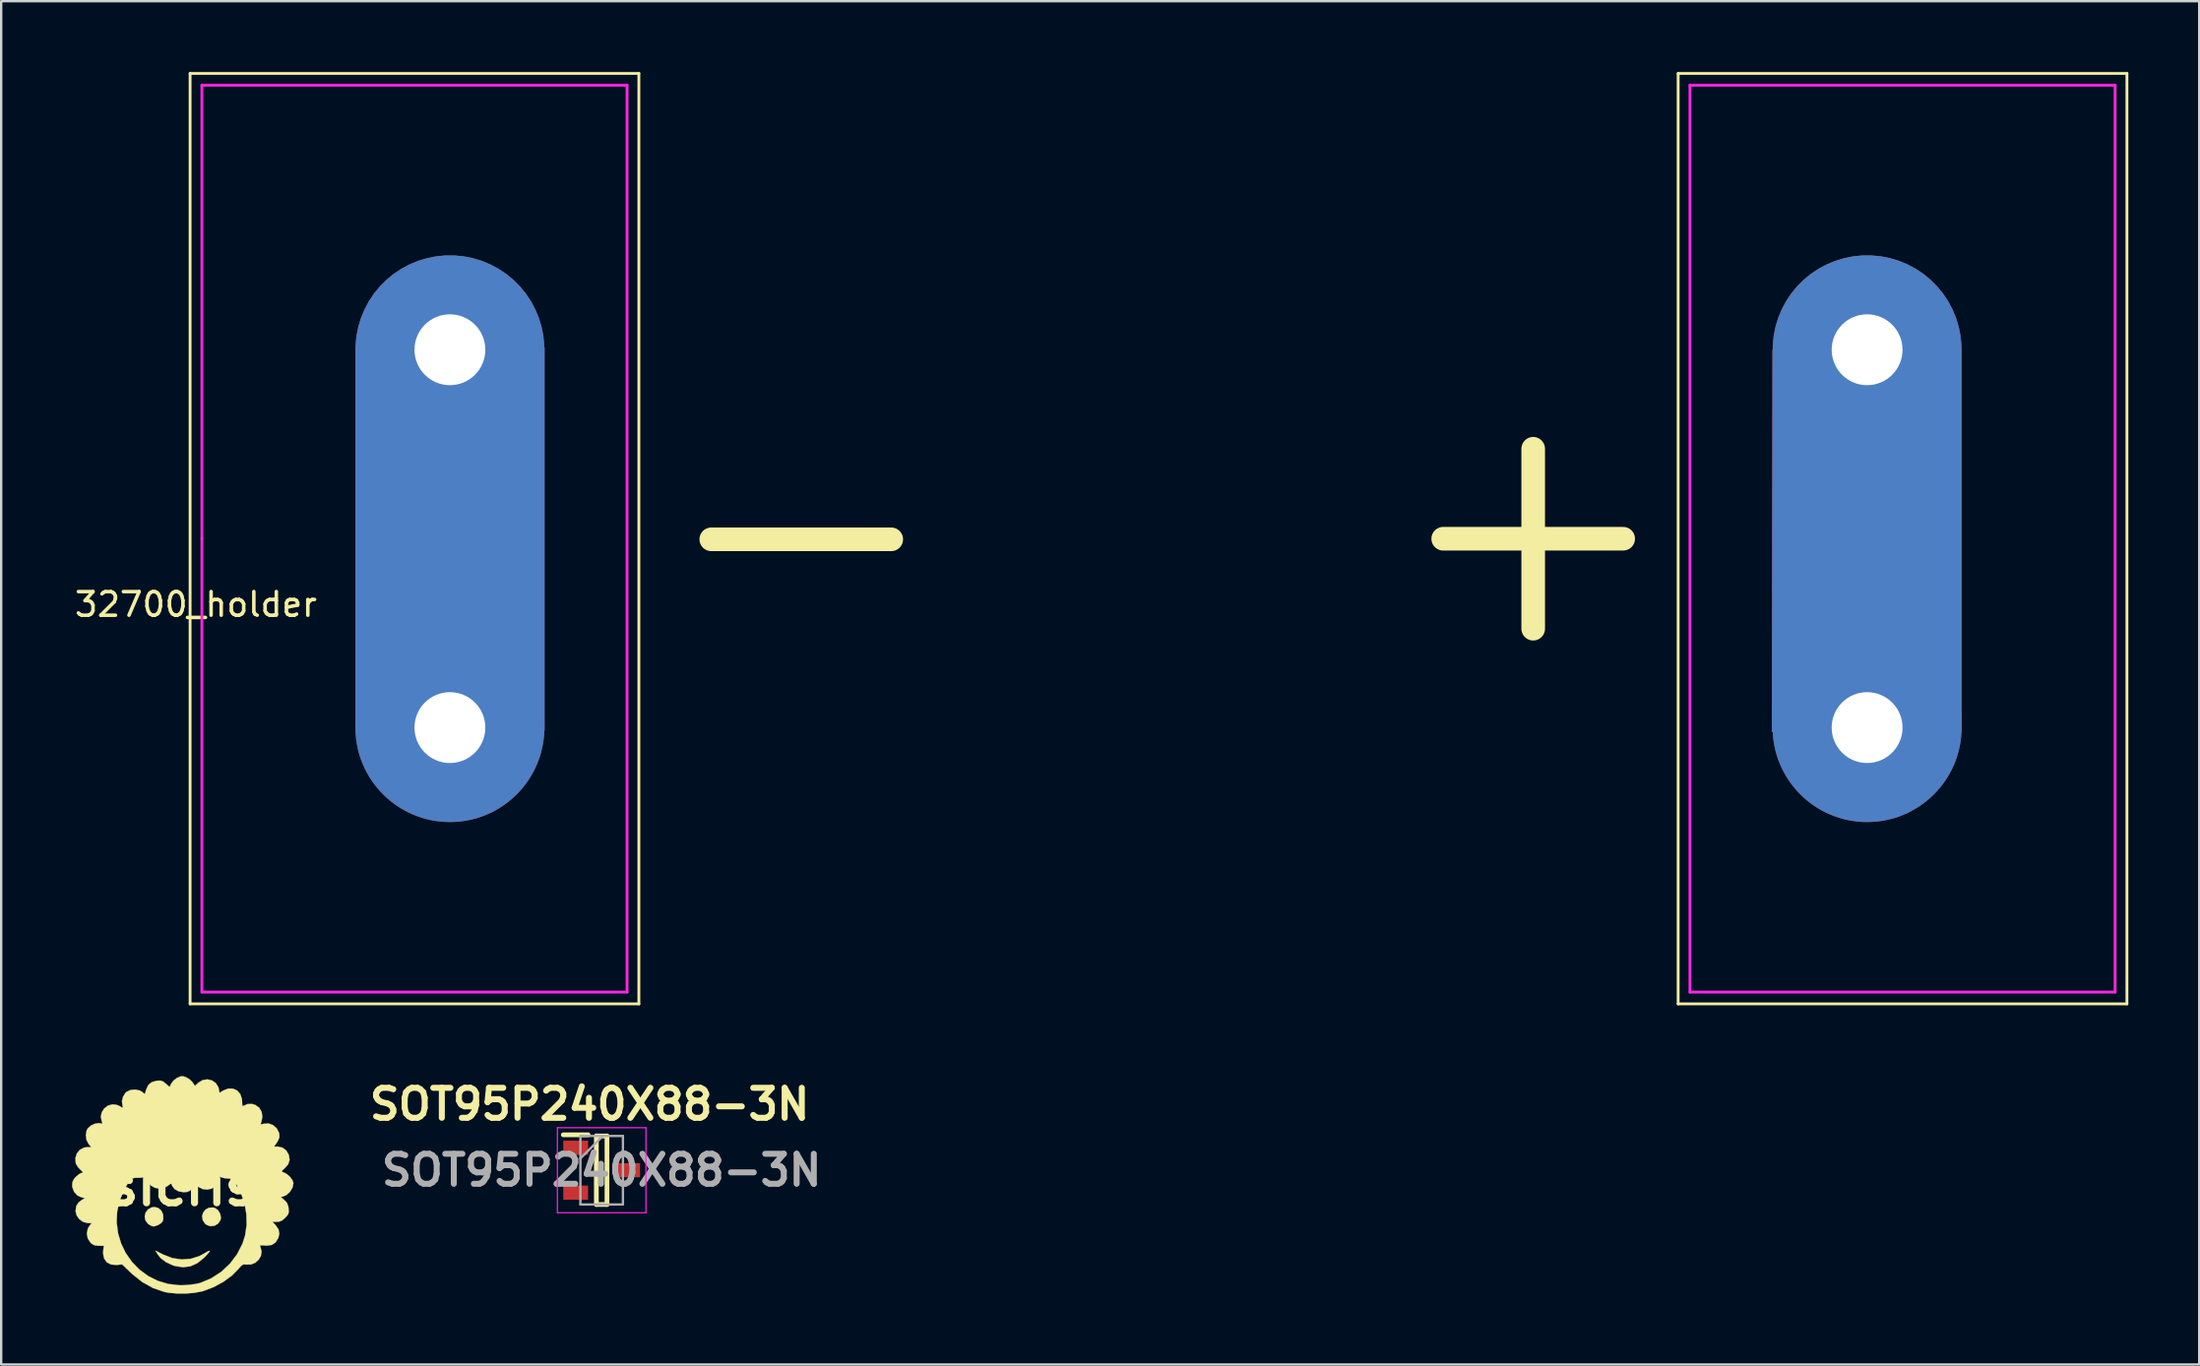
<source format=kicad_pcb>
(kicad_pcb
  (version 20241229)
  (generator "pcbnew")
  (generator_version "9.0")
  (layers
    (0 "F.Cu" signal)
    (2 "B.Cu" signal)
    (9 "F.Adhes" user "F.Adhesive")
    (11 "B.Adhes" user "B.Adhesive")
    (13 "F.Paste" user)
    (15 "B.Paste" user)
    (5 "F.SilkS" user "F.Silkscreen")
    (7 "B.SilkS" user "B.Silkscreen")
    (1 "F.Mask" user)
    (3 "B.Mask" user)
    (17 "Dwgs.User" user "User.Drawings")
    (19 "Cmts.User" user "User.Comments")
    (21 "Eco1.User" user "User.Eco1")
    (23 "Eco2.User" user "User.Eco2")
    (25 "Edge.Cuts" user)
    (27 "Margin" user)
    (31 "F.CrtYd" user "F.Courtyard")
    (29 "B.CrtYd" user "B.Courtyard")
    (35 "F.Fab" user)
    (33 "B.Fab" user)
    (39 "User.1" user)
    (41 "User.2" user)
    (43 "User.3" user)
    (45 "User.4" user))
  (footprint "32700_holder"
    (layer "F.Cu")
    (at 5.498 19.76)
    (property "Reference" "32700_holder" (at -0.254 2.786 0) (layer "F.SilkS") (effects (font (size 1 1) (thickness 0.15))))
    (attr through_hole)
    (fp_line (start -0.5 -19.7) (end -0.5 19.7) (stroke (width 0.12) (type solid)) (layer "F.SilkS"))
    (fp_line (start -0.5 -19.7) (end 18.5 -19.7) (stroke (width 0.12) (type solid)) (layer "F.SilkS"))
    (fp_line (start -0.5 19.7) (end 18.5 19.7) (stroke (width 0.12) (type solid)) (layer "F.SilkS"))
    (fp_line (start 18.5 -19.7) (end 18.5 19.7) (stroke (width 0.12) (type solid)) (layer "F.SilkS"))
    (fp_line (start 62.5 -19.7) (end 62.5 19.7) (stroke (width 0.12) (type solid)) (layer "F.SilkS"))
    (fp_line (start 62.5 -19.7) (end 81.5 -19.7) (stroke (width 0.12) (type solid)) (layer "F.SilkS"))
    (fp_line (start 62.5 19.7) (end 81.5 19.7) (stroke (width 0.12) (type solid)) (layer "F.SilkS"))
    (fp_line (start 81.5 -19.7) (end 81.5 19.7) (stroke (width 0.12) (type solid)) (layer "F.SilkS"))
    (fp_line (start 0 -19.2) (end 18 -19.2) (stroke (width 0.12) (type solid)) (layer "F.CrtYd"))
    (fp_line (start 0 0) (end 0 -19.2) (stroke (width 0.12) (type solid)) (layer "F.CrtYd"))
    (fp_line (start 0 0) (end 0 19.2) (stroke (width 0.12) (type solid)) (layer "F.CrtYd"))
    (fp_line (start 0 19.2) (end 18 19.2) (stroke (width 0.12) (type solid)) (layer "F.CrtYd"))
    (fp_line (start 18 -19.2) (end 18 19.2) (stroke (width 0.12) (type solid)) (layer "F.CrtYd"))
    (fp_line (start 63 -19.2) (end 81 -19.2) (stroke (width 0.12) (type solid)) (layer "F.CrtYd"))
    (fp_line (start 63 19.2) (end 63 -19.2) (stroke (width 0.12) (type solid)) (layer "F.CrtYd"))
    (fp_line (start 63 19.2) (end 81 19.2) (stroke (width 0.12) (type solid)) (layer "F.CrtYd"))
    (fp_line (start 81 -19.2) (end 81 19.2) (stroke (width 0.12) (type solid)) (layer "F.CrtYd"))
    (fp_text user "-" (at 25.375 -0.737 0) (layer "F.SilkS") (effects (font (size 10 10) (thickness 1))))
    (fp_text user "+" (at 56.363 -0.762 0) (layer "F.SilkS") (effects (font (size 10 10) (thickness 1))))
    (pad "1" thru_hole custom (at 10.5 -8) (size 8 8) (drill 3) (layers "*.Cu" "*.Mask") (options (anchor circle)) (primitives (gr_poly (pts (xy -3.998 -0.128) (xy 4.003 -0.103) (xy 4.003 16.128) (xy -3.998 16.128)) (width 0.01) (fill yes))))
    (pad "1" thru_hole circle (at 10.5 8) (size 8 8) (drill 3) (layers "*.Cu" "*.Mask"))
    (pad "2" thru_hole custom (at 70.5 -8) (size 8 8) (drill 3) (layers "*.Cu" "*.Mask") (options (anchor circle)) (primitives (gr_poly (pts (xy -4.003 -0.001) (xy 3.998 -0.001) (xy 3.998 16.153) (xy -4.028 16.179)) (width 0.01) (fill yes))))
    (pad "2" thru_hole circle (at 70.5 8) (size 8 8) (drill 3) (layers "*.Cu" "*.Mask")))
  (footprint "SOT95P240X88-3N"
    (layer "F.Cu")
    (at 22.423 46.503)
    (property "Reference" "SOT95P240X88-3N" (at -0.508 -2.794 0) (layer "F.SilkS") (effects (font (size 1.27 1.27) (thickness 0.254))))
    (attr smd)
    (fp_line (start -1.625 -1.5) (end -0.575 -1.5) (stroke (width 0.2) (type solid)) (layer "F.SilkS"))
    (fp_line (start -0.225 -1.45) (end 0.225 -1.45) (stroke (width 0.2) (type solid)) (layer "F.SilkS"))
    (fp_line (start -0.225 1.45) (end -0.225 -1.45) (stroke (width 0.2) (type solid)) (layer "F.SilkS"))
    (fp_line (start 0.225 -1.45) (end 0.225 1.45) (stroke (width 0.2) (type solid)) (layer "F.SilkS"))
    (fp_line (start 0.225 1.45) (end -0.225 1.45) (stroke (width 0.2) (type solid)) (layer "F.SilkS"))
    (fp_line (start -1.875 -1.8) (end 1.875 -1.8) (stroke (width 0.05) (type solid)) (layer "F.CrtYd"))
    (fp_line (start -1.875 1.8) (end -1.875 -1.8) (stroke (width 0.05) (type solid)) (layer "F.CrtYd"))
    (fp_line (start 1.875 -1.8) (end 1.875 1.8) (stroke (width 0.05) (type solid)) (layer "F.CrtYd"))
    (fp_line (start 1.875 1.8) (end -1.875 1.8) (stroke (width 0.05) (type solid)) (layer "F.CrtYd"))
    (fp_line (start -0.9 -1.45) (end 0.9 -1.45) (stroke (width 0.1) (type solid)) (layer "F.Fab"))
    (fp_line (start -0.9 -0.5) (end 0.05 -1.45) (stroke (width 0.1) (type solid)) (layer "F.Fab"))
    (fp_line (start -0.9 1.45) (end -0.9 -1.45) (stroke (width 0.1) (type solid)) (layer "F.Fab"))
    (fp_line (start 0.9 -1.45) (end 0.9 1.45) (stroke (width 0.1) (type solid)) (layer "F.Fab"))
    (fp_line (start 0.9 1.45) (end -0.9 1.45) (stroke (width 0.1) (type solid)) (layer "F.Fab"))
    (fp_text user "${REFERENCE}" (at 0 0 0) (layer "F.Fab") (effects (font (size 1.27 1.27) (thickness 0.254))))
    (pad "1" smd rect (at -1.1 -0.95 90) (size 0.6 1.05) (layers "F.Cu" "F.Mask" "F.Paste"))
    (pad "2" smd rect (at -1.1 0.95 90) (size 0.6 1.05) (layers "F.Cu" "F.Mask" "F.Paste"))
    (pad "3" smd rect (at 1.1 0 90) (size 0.6 1.05) (layers "F.Cu" "F.Mask" "F.Paste")))
  (footprint "sicris"
    (layer "F.Cu")
    (at 4.641 47.192)
    (property "Reference" "sicris" (at 0 0 0) (layer "F.SilkS") (effects (font (size 1.524 1.524) (thickness 0.3))))
    (attr through_hole)
    (fp_poly (pts (xy 1.417 0.915) (xy 1.543 1.008) (xy 1.631 1.157) (xy 1.662 1.322) (xy 1.645 1.417) (xy 1.542 1.572) (xy 1.392 1.663) (xy 1.22 1.683) (xy 1.055 1.625) (xy 0.988 1.572) (xy 0.887 1.416) (xy 0.866 1.252) (xy 0.913 1.098) (xy 1.015 0.974) (xy 1.159 0.899) (xy 1.334 0.891) (xy 1.417 0.915)) (stroke (width 0.01) (type solid)) (fill yes) (layer "F.SilkS"))
    (fp_poly (pts (xy -0.988 0.912) (xy -0.861 1.025) (xy -0.786 1.185) (xy -0.776 1.37) (xy -0.803 1.471) (xy -0.874 1.555) (xy -1.001 1.634) (xy -1.141 1.683) (xy -1.202 1.69) (xy -1.302 1.66) (xy -1.419 1.586) (xy -1.431 1.576) (xy -1.537 1.431) (xy -1.565 1.267) (xy -1.525 1.106) (xy -1.425 0.972) (xy -1.275 0.887) (xy -1.154 0.869) (xy -0.988 0.912)) (stroke (width 0.01) (type solid)) (fill yes) (layer "F.SilkS"))
    (fp_poly (pts (xy -0.771 2.887) (xy -0.394 3.032) (xy -0.006 3.09) (xy 0.379 3.063) (xy 0.742 2.951) (xy 0.941 2.844) (xy 1.07 2.769) (xy 1.163 2.727) (xy 1.194 2.723) (xy 1.174 2.766) (xy 1.1 2.858) (xy 0.985 2.981) (xy 0.954 3.012) (xy 0.67 3.243) (xy 0.374 3.378) (xy 0.06 3.42) (xy -0.275 3.369) (xy -0.37 3.339) (xy -0.663 3.204) (xy -0.894 3.027) (xy -1.026 2.859) (xy -1.111 2.713) (xy -0.771 2.887)) (stroke (width 0.01) (type solid)) (fill yes) (layer "F.SilkS"))
    (fp_poly (pts (xy 0.175 -4.631) (xy 0.183 -4.627) (xy 0.33 -4.542) (xy 0.452 -4.424) (xy 0.461 -4.411) (xy 0.561 -4.262) (xy 0.716 -4.401) (xy 0.897 -4.508) (xy 1.093 -4.535) (xy 1.282 -4.491) (xy 1.442 -4.382) (xy 1.549 -4.215) (xy 1.572 -4.129) (xy 1.603 -3.967) (xy 1.755 -4.06) (xy 1.971 -4.145) (xy 2.175 -4.143) (xy 2.35 -4.063) (xy 2.481 -3.914) (xy 2.551 -3.705) (xy 2.558 -3.604) (xy 2.564 -3.464) (xy 2.584 -3.407) (xy 2.62 -3.416) (xy 2.782 -3.488) (xy 2.978 -3.494) (xy 3.111 -3.457) (xy 3.28 -3.339) (xy 3.384 -3.164) (xy 3.417 -2.953) (xy 3.372 -2.727) (xy 3.359 -2.694) (xy 3.346 -2.642) (xy 3.387 -2.634) (xy 3.478 -2.656) (xy 3.68 -2.668) (xy 3.869 -2.599) (xy 4.023 -2.465) (xy 4.12 -2.28) (xy 4.135 -2.215) (xy 4.135 -2.073) (xy 4.076 -1.931) (xy 4.038 -1.871) (xy 3.914 -1.69) (xy 4.075 -1.69) (xy 4.268 -1.645) (xy 4.43 -1.522) (xy 4.536 -1.338) (xy 4.538 -1.332) (xy 4.569 -1.126) (xy 4.512 -0.944) (xy 4.367 -0.776) (xy 4.27 -0.687) (xy 4.239 -0.641) (xy 4.269 -0.615) (xy 4.311 -0.601) (xy 4.452 -0.527) (xy 4.587 -0.407) (xy 4.689 -0.27) (xy 4.732 -0.144) (xy 4.732 -0.138) (xy 4.692 0.048) (xy 4.586 0.225) (xy 4.44 0.358) (xy 4.367 0.394) (xy 4.203 0.453) (xy 4.352 0.577) (xy 4.457 0.691) (xy 4.511 0.831) (xy 4.526 0.929) (xy 4.535 1.073) (xy 4.512 1.171) (xy 4.44 1.266) (xy 4.381 1.327) (xy 4.25 1.439) (xy 4.128 1.489) (xy 4.028 1.497) (xy 3.845 1.497) (xy 3.971 1.63) (xy 4.099 1.814) (xy 4.134 2.004) (xy 4.088 2.187) (xy 3.974 2.371) (xy 3.815 2.475) (xy 3.6 2.505) (xy 3.527 2.5) (xy 3.387 2.49) (xy 3.325 2.499) (xy 3.32 2.532) (xy 3.334 2.563) (xy 3.385 2.749) (xy 3.356 2.934) (xy 3.261 3.1) (xy 3.116 3.23) (xy 2.934 3.304) (xy 2.737 3.306) (xy 2.636 3.297) (xy 2.558 3.328) (xy 2.471 3.415) (xy 2.425 3.471) (xy 2.135 3.767) (xy 1.772 4.034) (xy 1.36 4.258) (xy 0.92 4.425) (xy 0.862 4.441) (xy 0.551 4.502) (xy 0.187 4.532) (xy -0.192 4.532) (xy -0.544 4.5) (xy -0.736 4.464) (xy -1.213 4.3) (xy -1.669 4.046) (xy -2.093 3.709) (xy -2.14 3.665) (xy -2.52 3.299) (xy -2.75 3.321) (xy -2.985 3.305) (xy -3.164 3.214) (xy -3.281 3.055) (xy -3.326 2.839) (xy -3.319 2.703) (xy -3.293 2.511) (xy -3.509 2.511) (xy -3.672 2.496) (xy -3.793 2.436) (xy -3.867 2.37) (xy -3.977 2.196) (xy -4.014 1.991) (xy -3.974 1.787) (xy -3.908 1.672) (xy -3.808 1.545) (xy -3.985 1.545) (xy -4.039 1.532) (xy -2.751 1.532) (xy -2.692 1.985) (xy -2.561 2.419) (xy -2.363 2.825) (xy -2.104 3.194) (xy -1.789 3.518) (xy -1.424 3.787) (xy -1.015 3.994) (xy -0.566 4.129) (xy -0.085 4.183) (xy 0.121 4.179) (xy 0.35 4.16) (xy 0.574 4.13) (xy 0.752 4.094) (xy 0.787 4.084) (xy 1.253 3.888) (xy 1.676 3.614) (xy 2.043 3.27) (xy 2.346 2.869) (xy 2.574 2.421) (xy 2.685 2.077) (xy 2.751 1.631) (xy 2.739 1.161) (xy 2.654 0.692) (xy 2.498 0.249) (xy 2.317 -0.085) (xy 2.219 -0.225) (xy 2.144 -0.301) (xy 2.064 -0.332) (xy 1.965 -0.338) (xy 1.818 -0.351) (xy 1.698 -0.382) (xy 1.687 -0.388) (xy 1.615 -0.413) (xy 1.594 -0.367) (xy 1.593 -0.352) (xy 1.554 -0.21) (xy 1.457 -0.061) (xy 1.327 0.058) (xy 1.262 0.094) (xy 1.075 0.132) (xy 0.885 0.108) (xy 0.729 0.028) (xy 0.701 0.001) (xy 0.647 -0.051) (xy 0.6 -0.055) (xy 0.533 -0.001) (xy 0.46 0.075) (xy 0.343 0.182) (xy 0.232 0.23) (xy 0.085 0.241) (xy -0.126 0.207) (xy -0.296 0.113) (xy -0.402 -0.026) (xy -0.411 -0.051) (xy -0.436 -0.109) (xy -0.473 -0.112) (xy -0.549 -0.057) (xy -0.587 -0.025) (xy -0.757 0.067) (xy -0.947 0.091) (xy -1.133 0.055) (xy -1.293 -0.034) (xy -1.406 -0.167) (xy -1.448 -0.331) (xy -1.462 -0.411) (xy -1.515 -0.413) (xy -1.533 -0.405) (xy -1.63 -0.382) (xy -1.779 -0.369) (xy -1.857 -0.369) (xy -1.987 -0.365) (xy -2.087 -0.339) (xy -2.172 -0.276) (xy -2.259 -0.163) (xy -2.363 0.015) (xy -2.436 0.15) (xy -2.628 0.606) (xy -2.732 1.07) (xy -2.751 1.532) (xy -4.039 1.532) (xy -4.171 1.501) (xy -4.333 1.385) (xy -4.448 1.222) (xy -4.491 1.04) (xy -4.463 0.832) (xy -4.369 0.679) (xy -4.242 0.582) (xy -4.095 0.493) (xy -4.243 0.46) (xy -4.42 0.376) (xy -4.555 0.223) (xy -4.628 0.03) (xy -4.636 -0.057) (xy -4.619 -0.202) (xy -4.556 -0.321) (xy -4.472 -0.415) (xy -4.357 -0.513) (xy -4.254 -0.572) (xy -4.22 -0.579) (xy -4.18 -0.593) (xy -4.209 -0.64) (xy -4.289 -0.712) (xy -4.399 -0.833) (xy -4.475 -0.963) (xy -4.484 -0.99) (xy -4.499 -1.202) (xy -4.438 -1.396) (xy -4.315 -1.55) (xy -4.144 -1.644) (xy -4.01 -1.664) (xy -3.825 -1.664) (xy -3.94 -1.801) (xy -4.029 -1.971) (xy -4.057 -2.173) (xy -4.023 -2.368) (xy -3.978 -2.457) (xy -3.852 -2.573) (xy -3.684 -2.654) (xy -3.513 -2.683) (xy -3.451 -2.675) (xy -3.367 -2.661) (xy -3.355 -2.694) (xy -3.385 -2.767) (xy -3.423 -2.956) (xy -3.382 -3.143) (xy -3.275 -3.307) (xy -3.119 -3.425) (xy -2.927 -3.476) (xy -2.903 -3.477) (xy -2.756 -3.458) (xy -2.638 -3.412) (xy -2.629 -3.406) (xy -2.528 -3.343) (xy -2.488 -3.353) (xy -2.506 -3.438) (xy -2.509 -3.449) (xy -2.528 -3.616) (xy -2.482 -3.8) (xy -2.383 -3.96) (xy -2.334 -4.006) (xy -2.165 -4.085) (xy -1.965 -4.104) (xy -1.773 -4.063) (xy -1.68 -4.01) (xy -1.559 -3.915) (xy -1.504 -4.099) (xy -1.412 -4.297) (xy -1.269 -4.418) (xy -1.06 -4.476) (xy -1.047 -4.478) (xy -0.899 -4.484) (xy -0.791 -4.449) (xy -0.674 -4.358) (xy -0.513 -4.214) (xy -0.437 -4.365) (xy -0.339 -4.49) (xy -0.197 -4.595) (xy -0.178 -4.605) (xy -0.048 -4.66) (xy 0.052 -4.667) (xy 0.175 -4.631)) (stroke (width 0.01) (type solid)) (fill yes) (layer "F.SilkS")))
  (gr_rect
    (start -3 -3)
    (end 90.058 54.729)
    (stroke (width 0.1) (type default))
    (fill no)
    (layer "Edge.Cuts")))
</source>
